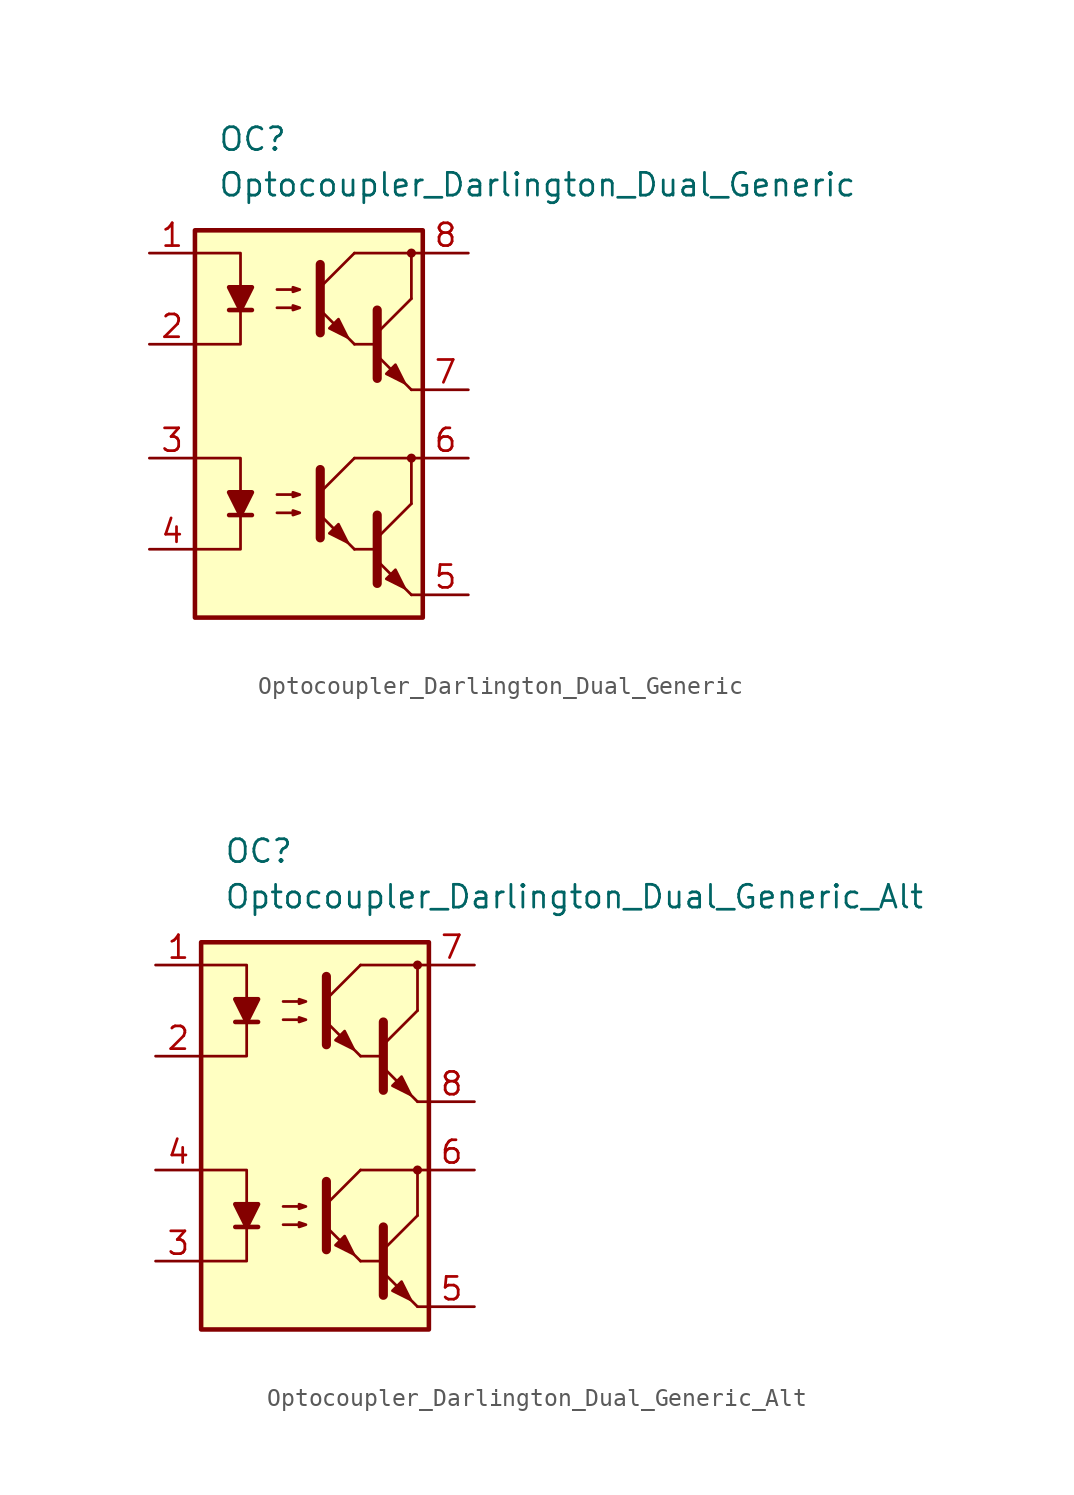
<source format=kicad_sym>
(kicad_symbol_lib
  (version 20231120)
  (generator "kicad_symbol_editor")
  (generator_version "8.0")
  (symbol "Optocoupler_Darlington_Dual_Generic"
    (pin_names
      (offset 1.016))
    (property "Reference" "OC"
      (at -3.81 15.24 0)
      (effects (font (size 1.27 1.27)) (justify left)))
    (property "Value" "Optocoupler_Darlington_Dual_Generic"
      (at -3.81 12.7 0)
      (effects (font (size 1.27 1.27)) (justify left)))
    (symbol "Optocoupler_Darlington_Dual_Generic_0_1"
      (rectangle (start -5.08 10.16) (end 7.62 -11.43) (stroke (width 0.254) (type default)) (fill (type background)))
      (polyline (pts (xy -3.175 5.715) (xy -1.905 5.715)) (stroke (width 0.254) (type default)) (fill (type none)))
      (polyline (pts (xy 3.81 3.81) (xy 5.08 3.81)) (stroke (width 0) (type default)) (fill (type none)))
      (polyline (pts (xy 5.08 4.445) (xy 6.985 6.35)) (stroke (width 0) (type default)) (fill (type none)))
      (polyline (pts (xy 6.985 1.27) (xy 5.08 3.175)) (stroke (width 0) (type default)) (fill (type outline)))
      (polyline (pts (xy 6.985 1.27) (xy 7.62 1.27)) (stroke (width 0) (type default)) (fill (type none)))
      (polyline (pts (xy 6.985 6.35) (xy 6.985 8.89)) (stroke (width 0) (type default)) (fill (type none)))
      (polyline (pts (xy 7.62 8.89) (xy 3.81 8.89)) (stroke (width 0) (type default)) (fill (type none)))
      (polyline (pts (xy -5.08 8.89) (xy -2.54 8.89) (xy -2.54 5.715)) (stroke (width 0) (type default)) (fill (type none)))
      (polyline (pts (xy -2.54 5.715) (xy -2.54 3.81) (xy -5.08 3.81)) (stroke (width 0) (type default)) (fill (type none)))
      (polyline (pts (xy 5.08 5.715) (xy 5.08 1.905) (xy 5.08 1.905)) (stroke (width 0.508) (type default)) (fill (type none)))
      (polyline (pts (xy -2.54 5.715) (xy -3.175 6.985) (xy -1.905 6.985) (xy -2.54 5.715)) (stroke (width 0.254) (type default)) (fill (type outline)))
      (polyline (pts (xy -0.508 5.842) (xy 0.762 5.842) (xy 0.381 5.715) (xy 0.381 5.969) (xy 0.762 5.842)) (stroke (width 0) (type default)) (fill (type none)))
      (polyline (pts (xy -0.508 6.858) (xy 0.762 6.858) (xy 0.381 6.731) (xy 0.381 6.985) (xy 0.762 6.858)) (stroke (width 0) (type default)) (fill (type none)))
      (polyline (pts (xy 5.588 2.159) (xy 6.096 2.667) (xy 6.604 1.651) (xy 5.588 2.159) (xy 5.588 2.159)) (stroke (width 0) (type default)) (fill (type outline)))
      (circle (center 6.985 8.89) (radius 0.178) (stroke (width 0) (type default)) (fill (type outline))))
    (symbol "Optocoupler_Darlington_Dual_Generic_1_1"
      (polyline (pts (xy -3.175 -5.715) (xy -1.905 -5.715)) (stroke (width 0.254) (type default)) (fill (type none)))
      (polyline (pts (xy 1.905 -4.445) (xy 3.81 -2.54)) (stroke (width 0) (type default)) (fill (type none)))
      (polyline (pts (xy 1.905 6.985) (xy 3.81 8.89)) (stroke (width 0) (type default)) (fill (type none)))
      (polyline (pts (xy 3.81 -7.62) (xy 1.905 -5.715)) (stroke (width 0) (type default)) (fill (type outline)))
      (polyline (pts (xy 3.81 -7.62) (xy 5.08 -7.62)) (stroke (width 0) (type default)) (fill (type none)))
      (polyline (pts (xy 3.81 3.81) (xy 1.905 5.715)) (stroke (width 0) (type default)) (fill (type outline)))
      (polyline (pts (xy 5.08 -6.985) (xy 6.985 -5.08)) (stroke (width 0) (type default)) (fill (type none)))
      (polyline (pts (xy 6.985 -10.16) (xy 5.08 -8.255)) (stroke (width 0) (type default)) (fill (type outline)))
      (polyline (pts (xy 6.985 -10.16) (xy 7.62 -10.16)) (stroke (width 0) (type default)) (fill (type none)))
      (polyline (pts (xy 6.985 -5.08) (xy 6.985 -2.54)) (stroke (width 0) (type default)) (fill (type none)))
      (polyline (pts (xy 7.62 -2.54) (xy 3.81 -2.54)) (stroke (width 0) (type default)) (fill (type none)))
      (polyline (pts (xy -5.08 -2.54) (xy -2.54 -2.54) (xy -2.54 -5.715)) (stroke (width 0) (type default)) (fill (type none)))
      (polyline (pts (xy -2.54 -5.715) (xy -2.54 -7.62) (xy -5.08 -7.62)) (stroke (width 0) (type default)) (fill (type none)))
      (polyline (pts (xy 1.905 -3.175) (xy 1.905 -6.985) (xy 1.905 -6.985)) (stroke (width 0.508) (type default)) (fill (type none)))
      (polyline (pts (xy 1.905 8.255) (xy 1.905 4.445) (xy 1.905 4.445)) (stroke (width 0.508) (type default)) (fill (type none)))
      (polyline (pts (xy 5.08 -5.715) (xy 5.08 -9.525) (xy 5.08 -9.525)) (stroke (width 0.508) (type default)) (fill (type none)))
      (polyline (pts (xy -2.54 -5.715) (xy -3.175 -4.445) (xy -1.905 -4.445) (xy -2.54 -5.715)) (stroke (width 0.254) (type default)) (fill (type outline)))
      (polyline (pts (xy -0.508 -5.588) (xy 0.762 -5.588) (xy 0.381 -5.715) (xy 0.381 -5.461) (xy 0.762 -5.588)) (stroke (width 0) (type default)) (fill (type none)))
      (polyline (pts (xy -0.508 -4.572) (xy 0.762 -4.572) (xy 0.381 -4.699) (xy 0.381 -4.445) (xy 0.762 -4.572)) (stroke (width 0) (type default)) (fill (type none)))
      (polyline (pts (xy 2.413 -6.731) (xy 2.921 -6.223) (xy 3.429 -7.239) (xy 2.413 -6.731) (xy 2.413 -6.731)) (stroke (width 0) (type default)) (fill (type outline)))
      (polyline (pts (xy 2.413 4.699) (xy 2.921 5.207) (xy 3.429 4.191) (xy 2.413 4.699) (xy 2.413 4.699)) (stroke (width 0) (type default)) (fill (type outline)))
      (polyline (pts (xy 5.588 -9.271) (xy 6.096 -8.763) (xy 6.604 -9.779) (xy 5.588 -9.271) (xy 5.588 -9.271)) (stroke (width 0) (type default)) (fill (type outline)))
      (circle (center 6.985 -2.54) (radius 0.178) (stroke (width 0) (type default)) (fill (type outline)))
      (pin passive line (at -7.62 8.89 0) (length 2.54) (name "~" (effects (font (size 1.27 1.27)))) (number "1" (effects (font (size 1.27 1.27)))))
      (pin passive line (at -7.62 3.81 0) (length 2.54) (name "~" (effects (font (size 1.27 1.27)))) (number "2" (effects (font (size 1.27 1.27)))))
      (pin passive line (at -7.62 -2.54 0) (length 2.54) (name "~" (effects (font (size 1.27 1.27)))) (number "3" (effects (font (size 1.27 1.27)))))
      (pin passive line (at -7.62 -7.62 0) (length 2.54) (name "~" (effects (font (size 1.27 1.27)))) (number "4" (effects (font (size 1.27 1.27)))))
      (pin passive line (at 10.16 -10.16 180) (length 2.54) (name "~" (effects (font (size 1.27 1.27)))) (number "5" (effects (font (size 1.27 1.27)))))
      (pin passive line (at 10.16 -2.54 180) (length 2.54) (name "~" (effects (font (size 1.27 1.27)))) (number "6" (effects (font (size 1.27 1.27)))))
      (pin passive line (at 10.16 1.27 180) (length 2.54) (name "~" (effects (font (size 1.27 1.27)))) (number "7" (effects (font (size 1.27 1.27)))))
      (pin passive line (at 10.16 8.89 180) (length 2.54) (name "~" (effects (font (size 1.27 1.27)))) (number "8" (effects (font (size 1.27 1.27)))))))
  (symbol "Optocoupler_Darlington_Dual_Generic_Alt"
    (pin_names
      (offset 1.016))
    (property "Reference" "OC"
      (at -3.81 15.24 0)
      (effects (font (size 1.27 1.27)) (justify left)))
    (property "Value" "Optocoupler_Darlington_Dual_Generic_Alt"
      (at -3.81 12.7 0)
      (effects (font (size 1.27 1.27)) (justify left)))
    (symbol "Optocoupler_Darlington_Dual_Generic_Alt_0_1"
      (rectangle (start -5.08 10.16) (end 7.62 -11.43) (stroke (width 0.254) (type default)) (fill (type background)))
      (polyline (pts (xy -3.175 5.715) (xy -1.905 5.715)) (stroke (width 0.254) (type default)) (fill (type none)))
      (polyline (pts (xy 3.81 3.81) (xy 5.08 3.81)) (stroke (width 0) (type default)) (fill (type none)))
      (polyline (pts (xy 5.08 4.445) (xy 6.985 6.35)) (stroke (width 0) (type default)) (fill (type none)))
      (polyline (pts (xy 6.985 1.27) (xy 5.08 3.175)) (stroke (width 0) (type default)) (fill (type outline)))
      (polyline (pts (xy 6.985 1.27) (xy 7.62 1.27)) (stroke (width 0) (type default)) (fill (type none)))
      (polyline (pts (xy 6.985 6.35) (xy 6.985 8.89)) (stroke (width 0) (type default)) (fill (type none)))
      (polyline (pts (xy 7.62 8.89) (xy 3.81 8.89)) (stroke (width 0) (type default)) (fill (type none)))
      (polyline (pts (xy -5.08 8.89) (xy -2.54 8.89) (xy -2.54 5.715)) (stroke (width 0) (type default)) (fill (type none)))
      (polyline (pts (xy -2.54 5.715) (xy -2.54 3.81) (xy -5.08 3.81)) (stroke (width 0) (type default)) (fill (type none)))
      (polyline (pts (xy 5.08 5.715) (xy 5.08 1.905) (xy 5.08 1.905)) (stroke (width 0.508) (type default)) (fill (type none)))
      (polyline (pts (xy -2.54 5.715) (xy -3.175 6.985) (xy -1.905 6.985) (xy -2.54 5.715)) (stroke (width 0.254) (type default)) (fill (type outline)))
      (polyline (pts (xy -0.508 5.842) (xy 0.762 5.842) (xy 0.381 5.715) (xy 0.381 5.969) (xy 0.762 5.842)) (stroke (width 0) (type default)) (fill (type none)))
      (polyline (pts (xy -0.508 6.858) (xy 0.762 6.858) (xy 0.381 6.731) (xy 0.381 6.985) (xy 0.762 6.858)) (stroke (width 0) (type default)) (fill (type none)))
      (polyline (pts (xy 5.588 2.159) (xy 6.096 2.667) (xy 6.604 1.651) (xy 5.588 2.159) (xy 5.588 2.159)) (stroke (width 0) (type default)) (fill (type outline)))
      (circle (center 6.985 8.89) (radius 0.178) (stroke (width 0) (type default)) (fill (type outline))))
    (symbol "Optocoupler_Darlington_Dual_Generic_Alt_1_1"
      (polyline (pts (xy -3.175 -5.715) (xy -1.905 -5.715)) (stroke (width 0.254) (type default)) (fill (type none)))
      (polyline (pts (xy 1.905 -4.445) (xy 3.81 -2.54)) (stroke (width 0) (type default)) (fill (type none)))
      (polyline (pts (xy 1.905 6.985) (xy 3.81 8.89)) (stroke (width 0) (type default)) (fill (type none)))
      (polyline (pts (xy 3.81 -7.62) (xy 1.905 -5.715)) (stroke (width 0) (type default)) (fill (type outline)))
      (polyline (pts (xy 3.81 -7.62) (xy 5.08 -7.62)) (stroke (width 0) (type default)) (fill (type none)))
      (polyline (pts (xy 3.81 3.81) (xy 1.905 5.715)) (stroke (width 0) (type default)) (fill (type outline)))
      (polyline (pts (xy 5.08 -6.985) (xy 6.985 -5.08)) (stroke (width 0) (type default)) (fill (type none)))
      (polyline (pts (xy 6.985 -10.16) (xy 5.08 -8.255)) (stroke (width 0) (type default)) (fill (type outline)))
      (polyline (pts (xy 6.985 -10.16) (xy 7.62 -10.16)) (stroke (width 0) (type default)) (fill (type none)))
      (polyline (pts (xy 6.985 -5.08) (xy 6.985 -2.54)) (stroke (width 0) (type default)) (fill (type none)))
      (polyline (pts (xy 7.62 -2.54) (xy 3.81 -2.54)) (stroke (width 0) (type default)) (fill (type none)))
      (polyline (pts (xy -5.08 -2.54) (xy -2.54 -2.54) (xy -2.54 -5.715)) (stroke (width 0) (type default)) (fill (type none)))
      (polyline (pts (xy -2.54 -5.715) (xy -2.54 -7.62) (xy -5.08 -7.62)) (stroke (width 0) (type default)) (fill (type none)))
      (polyline (pts (xy 1.905 -3.175) (xy 1.905 -6.985) (xy 1.905 -6.985)) (stroke (width 0.508) (type default)) (fill (type none)))
      (polyline (pts (xy 1.905 8.255) (xy 1.905 4.445) (xy 1.905 4.445)) (stroke (width 0.508) (type default)) (fill (type none)))
      (polyline (pts (xy 5.08 -5.715) (xy 5.08 -9.525) (xy 5.08 -9.525)) (stroke (width 0.508) (type default)) (fill (type none)))
      (polyline (pts (xy -2.54 -5.715) (xy -3.175 -4.445) (xy -1.905 -4.445) (xy -2.54 -5.715)) (stroke (width 0.254) (type default)) (fill (type outline)))
      (polyline (pts (xy -0.508 -5.588) (xy 0.762 -5.588) (xy 0.381 -5.715) (xy 0.381 -5.461) (xy 0.762 -5.588)) (stroke (width 0) (type default)) (fill (type none)))
      (polyline (pts (xy -0.508 -4.572) (xy 0.762 -4.572) (xy 0.381 -4.699) (xy 0.381 -4.445) (xy 0.762 -4.572)) (stroke (width 0) (type default)) (fill (type none)))
      (polyline (pts (xy 2.413 -6.731) (xy 2.921 -6.223) (xy 3.429 -7.239) (xy 2.413 -6.731) (xy 2.413 -6.731)) (stroke (width 0) (type default)) (fill (type outline)))
      (polyline (pts (xy 2.413 4.699) (xy 2.921 5.207) (xy 3.429 4.191) (xy 2.413 4.699) (xy 2.413 4.699)) (stroke (width 0) (type default)) (fill (type outline)))
      (polyline (pts (xy 5.588 -9.271) (xy 6.096 -8.763) (xy 6.604 -9.779) (xy 5.588 -9.271) (xy 5.588 -9.271)) (stroke (width 0) (type default)) (fill (type outline)))
      (circle (center 6.985 -2.54) (radius 0.178) (stroke (width 0) (type default)) (fill (type outline)))
      (pin passive line (at -7.62 8.89 0) (length 2.54) (name "~" (effects (font (size 1.27 1.27)))) (number "1" (effects (font (size 1.27 1.27)))))
      (pin passive line (at -7.62 3.81 0) (length 2.54) (name "~" (effects (font (size 1.27 1.27)))) (number "2" (effects (font (size 1.27 1.27)))))
      (pin passive line (at -7.62 -7.62 0) (length 2.54) (name "~" (effects (font (size 1.27 1.27)))) (number "3" (effects (font (size 1.27 1.27)))))
      (pin passive line (at -7.62 -2.54 0) (length 2.54) (name "~" (effects (font (size 1.27 1.27)))) (number "4" (effects (font (size 1.27 1.27)))))
      (pin passive line (at 10.16 -10.16 180) (length 2.54) (name "~" (effects (font (size 1.27 1.27)))) (number "5" (effects (font (size 1.27 1.27)))))
      (pin passive line (at 10.16 -2.54 180) (length 2.54) (name "~" (effects (font (size 1.27 1.27)))) (number "6" (effects (font (size 1.27 1.27)))))
      (pin passive line (at 10.16 8.89 180) (length 2.54) (name "~" (effects (font (size 1.27 1.27)))) (number "7" (effects (font (size 1.27 1.27)))))
      (pin passive line (at 10.16 1.27 180) (length 2.54) (name "~" (effects (font (size 1.27 1.27)))) (number "8" (effects (font (size 1.27 1.27))))))))
</source>
